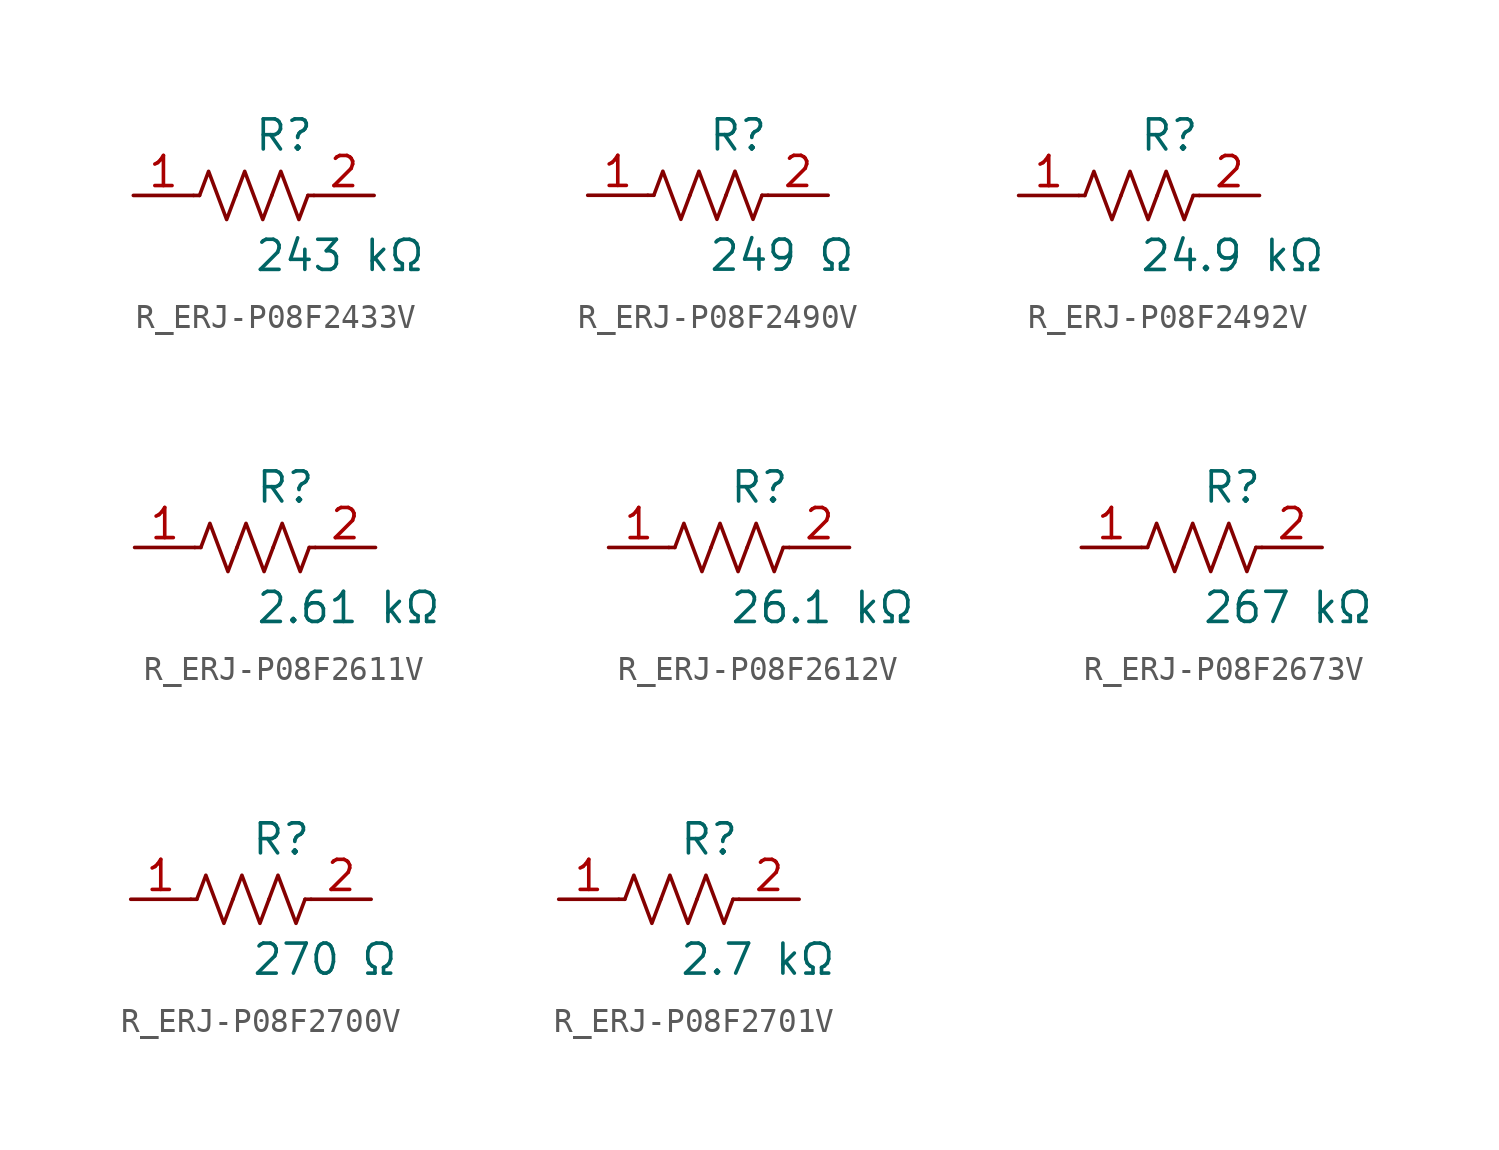
<source format=kicad_sym>
(kicad_symbol_lib
  (version 20231120)
  (generator kicad_symbol_editor)
  (generator_version 8.0)
  (symbol "R_ERJ-P08F2433V"
    (pin_names
      (offset 0.254))
    (property "Reference" "R"
      (at 0.0 2.54 0)
      (effects (font (size 1.27 1.27)) (justify left)))
    (property "Value" "243 kΩ"
      (at 0.0 -2.54 0)
      (effects (font (size 1.27 1.27)) (justify left)))
    (symbol "R_ERJ-P08F2433V_0_1"
      (polyline (pts (xy 2.286 0) (xy 2.54 0)) (stroke (width 0) (type default)) (fill (type none)))
      (polyline (pts (xy -2.286 0) (xy -2.54 0)) (stroke (width 0) (type default)) (fill (type none)))
      (polyline (pts (xy 0.762 0) (xy 1.143 1.016) (xy 1.524 0) (xy 1.905 -1.016) (xy 2.286 0)) (stroke (width 0) (type default)) (fill (type none)))
      (polyline (pts (xy -0.762 0) (xy -0.381 1.016) (xy 0 0) (xy 0.381 -1.016) (xy 0.762 0)) (stroke (width 0) (type default)) (fill (type none)))
      (polyline (pts (xy -2.286 0) (xy -1.905 1.016) (xy -1.524 0) (xy -1.143 -1.016) (xy -0.762 0)) (stroke (width 0) (type default)) (fill (type none))))
    (pin unspecified line
      (at -5.08 0 0)
      (length 2.54)
      (name "" (effects (font (size 1.27 1.27))))
      (number "1" (effects (font (size 1.27 1.27)))))
    (pin unspecified line
      (at 5.08 0 180)
      (length 2.54)
      (name "" (effects (font (size 1.27 1.27))))
      (number "2" (effects (font (size 1.27 1.27))))))
  (symbol "R_ERJ-P08F2490V"
    (pin_names
      (offset 0.254))
    (property "Reference" "R"
      (at 0.0 2.54 0)
      (effects (font (size 1.27 1.27)) (justify left)))
    (property "Value" "249 Ω"
      (at 0.0 -2.54 0)
      (effects (font (size 1.27 1.27)) (justify left)))
    (symbol "R_ERJ-P08F2490V_0_1"
      (polyline (pts (xy 2.286 0) (xy 2.54 0)) (stroke (width 0) (type default)) (fill (type none)))
      (polyline (pts (xy -2.286 0) (xy -2.54 0)) (stroke (width 0) (type default)) (fill (type none)))
      (polyline (pts (xy 0.762 0) (xy 1.143 1.016) (xy 1.524 0) (xy 1.905 -1.016) (xy 2.286 0)) (stroke (width 0) (type default)) (fill (type none)))
      (polyline (pts (xy -0.762 0) (xy -0.381 1.016) (xy 0 0) (xy 0.381 -1.016) (xy 0.762 0)) (stroke (width 0) (type default)) (fill (type none)))
      (polyline (pts (xy -2.286 0) (xy -1.905 1.016) (xy -1.524 0) (xy -1.143 -1.016) (xy -0.762 0)) (stroke (width 0) (type default)) (fill (type none))))
    (pin unspecified line
      (at -5.08 0 0)
      (length 2.54)
      (name "" (effects (font (size 1.27 1.27))))
      (number "1" (effects (font (size 1.27 1.27)))))
    (pin unspecified line
      (at 5.08 0 180)
      (length 2.54)
      (name "" (effects (font (size 1.27 1.27))))
      (number "2" (effects (font (size 1.27 1.27))))))
  (symbol "R_ERJ-P08F2492V"
    (pin_names
      (offset 0.254))
    (property "Reference" "R"
      (at 0.0 2.54 0)
      (effects (font (size 1.27 1.27)) (justify left)))
    (property "Value" "24.9 kΩ"
      (at 0.0 -2.54 0)
      (effects (font (size 1.27 1.27)) (justify left)))
    (symbol "R_ERJ-P08F2492V_0_1"
      (polyline (pts (xy 2.286 0) (xy 2.54 0)) (stroke (width 0) (type default)) (fill (type none)))
      (polyline (pts (xy -2.286 0) (xy -2.54 0)) (stroke (width 0) (type default)) (fill (type none)))
      (polyline (pts (xy 0.762 0) (xy 1.143 1.016) (xy 1.524 0) (xy 1.905 -1.016) (xy 2.286 0)) (stroke (width 0) (type default)) (fill (type none)))
      (polyline (pts (xy -0.762 0) (xy -0.381 1.016) (xy 0 0) (xy 0.381 -1.016) (xy 0.762 0)) (stroke (width 0) (type default)) (fill (type none)))
      (polyline (pts (xy -2.286 0) (xy -1.905 1.016) (xy -1.524 0) (xy -1.143 -1.016) (xy -0.762 0)) (stroke (width 0) (type default)) (fill (type none))))
    (pin unspecified line
      (at -5.08 0 0)
      (length 2.54)
      (name "" (effects (font (size 1.27 1.27))))
      (number "1" (effects (font (size 1.27 1.27)))))
    (pin unspecified line
      (at 5.08 0 180)
      (length 2.54)
      (name "" (effects (font (size 1.27 1.27))))
      (number "2" (effects (font (size 1.27 1.27))))))
  (symbol "R_ERJ-P08F2611V"
    (pin_names
      (offset 0.254))
    (property "Reference" "R"
      (at 0.0 2.54 0)
      (effects (font (size 1.27 1.27)) (justify left)))
    (property "Value" "2.61 kΩ"
      (at 0.0 -2.54 0)
      (effects (font (size 1.27 1.27)) (justify left)))
    (symbol "R_ERJ-P08F2611V_0_1"
      (polyline (pts (xy 2.286 0) (xy 2.54 0)) (stroke (width 0) (type default)) (fill (type none)))
      (polyline (pts (xy -2.286 0) (xy -2.54 0)) (stroke (width 0) (type default)) (fill (type none)))
      (polyline (pts (xy 0.762 0) (xy 1.143 1.016) (xy 1.524 0) (xy 1.905 -1.016) (xy 2.286 0)) (stroke (width 0) (type default)) (fill (type none)))
      (polyline (pts (xy -0.762 0) (xy -0.381 1.016) (xy 0 0) (xy 0.381 -1.016) (xy 0.762 0)) (stroke (width 0) (type default)) (fill (type none)))
      (polyline (pts (xy -2.286 0) (xy -1.905 1.016) (xy -1.524 0) (xy -1.143 -1.016) (xy -0.762 0)) (stroke (width 0) (type default)) (fill (type none))))
    (pin unspecified line
      (at -5.08 0 0)
      (length 2.54)
      (name "" (effects (font (size 1.27 1.27))))
      (number "1" (effects (font (size 1.27 1.27)))))
    (pin unspecified line
      (at 5.08 0 180)
      (length 2.54)
      (name "" (effects (font (size 1.27 1.27))))
      (number "2" (effects (font (size 1.27 1.27))))))
  (symbol "R_ERJ-P08F2612V"
    (pin_names
      (offset 0.254))
    (property "Reference" "R"
      (at 0.0 2.54 0)
      (effects (font (size 1.27 1.27)) (justify left)))
    (property "Value" "26.1 kΩ"
      (at 0.0 -2.54 0)
      (effects (font (size 1.27 1.27)) (justify left)))
    (symbol "R_ERJ-P08F2612V_0_1"
      (polyline (pts (xy 2.286 0) (xy 2.54 0)) (stroke (width 0) (type default)) (fill (type none)))
      (polyline (pts (xy -2.286 0) (xy -2.54 0)) (stroke (width 0) (type default)) (fill (type none)))
      (polyline (pts (xy 0.762 0) (xy 1.143 1.016) (xy 1.524 0) (xy 1.905 -1.016) (xy 2.286 0)) (stroke (width 0) (type default)) (fill (type none)))
      (polyline (pts (xy -0.762 0) (xy -0.381 1.016) (xy 0 0) (xy 0.381 -1.016) (xy 0.762 0)) (stroke (width 0) (type default)) (fill (type none)))
      (polyline (pts (xy -2.286 0) (xy -1.905 1.016) (xy -1.524 0) (xy -1.143 -1.016) (xy -0.762 0)) (stroke (width 0) (type default)) (fill (type none))))
    (pin unspecified line
      (at -5.08 0 0)
      (length 2.54)
      (name "" (effects (font (size 1.27 1.27))))
      (number "1" (effects (font (size 1.27 1.27)))))
    (pin unspecified line
      (at 5.08 0 180)
      (length 2.54)
      (name "" (effects (font (size 1.27 1.27))))
      (number "2" (effects (font (size 1.27 1.27))))))
  (symbol "R_ERJ-P08F2673V"
    (pin_names
      (offset 0.254))
    (property "Reference" "R"
      (at 0.0 2.54 0)
      (effects (font (size 1.27 1.27)) (justify left)))
    (property "Value" "267 kΩ"
      (at 0.0 -2.54 0)
      (effects (font (size 1.27 1.27)) (justify left)))
    (symbol "R_ERJ-P08F2673V_0_1"
      (polyline (pts (xy 2.286 0) (xy 2.54 0)) (stroke (width 0) (type default)) (fill (type none)))
      (polyline (pts (xy -2.286 0) (xy -2.54 0)) (stroke (width 0) (type default)) (fill (type none)))
      (polyline (pts (xy 0.762 0) (xy 1.143 1.016) (xy 1.524 0) (xy 1.905 -1.016) (xy 2.286 0)) (stroke (width 0) (type default)) (fill (type none)))
      (polyline (pts (xy -0.762 0) (xy -0.381 1.016) (xy 0 0) (xy 0.381 -1.016) (xy 0.762 0)) (stroke (width 0) (type default)) (fill (type none)))
      (polyline (pts (xy -2.286 0) (xy -1.905 1.016) (xy -1.524 0) (xy -1.143 -1.016) (xy -0.762 0)) (stroke (width 0) (type default)) (fill (type none))))
    (pin unspecified line
      (at -5.08 0 0)
      (length 2.54)
      (name "" (effects (font (size 1.27 1.27))))
      (number "1" (effects (font (size 1.27 1.27)))))
    (pin unspecified line
      (at 5.08 0 180)
      (length 2.54)
      (name "" (effects (font (size 1.27 1.27))))
      (number "2" (effects (font (size 1.27 1.27))))))
  (symbol "R_ERJ-P08F2700V"
    (pin_names
      (offset 0.254))
    (property "Reference" "R"
      (at 0.0 2.54 0)
      (effects (font (size 1.27 1.27)) (justify left)))
    (property "Value" "270 Ω"
      (at 0.0 -2.54 0)
      (effects (font (size 1.27 1.27)) (justify left)))
    (symbol "R_ERJ-P08F2700V_0_1"
      (polyline (pts (xy 2.286 0) (xy 2.54 0)) (stroke (width 0) (type default)) (fill (type none)))
      (polyline (pts (xy -2.286 0) (xy -2.54 0)) (stroke (width 0) (type default)) (fill (type none)))
      (polyline (pts (xy 0.762 0) (xy 1.143 1.016) (xy 1.524 0) (xy 1.905 -1.016) (xy 2.286 0)) (stroke (width 0) (type default)) (fill (type none)))
      (polyline (pts (xy -0.762 0) (xy -0.381 1.016) (xy 0 0) (xy 0.381 -1.016) (xy 0.762 0)) (stroke (width 0) (type default)) (fill (type none)))
      (polyline (pts (xy -2.286 0) (xy -1.905 1.016) (xy -1.524 0) (xy -1.143 -1.016) (xy -0.762 0)) (stroke (width 0) (type default)) (fill (type none))))
    (pin unspecified line
      (at -5.08 0 0)
      (length 2.54)
      (name "" (effects (font (size 1.27 1.27))))
      (number "1" (effects (font (size 1.27 1.27)))))
    (pin unspecified line
      (at 5.08 0 180)
      (length 2.54)
      (name "" (effects (font (size 1.27 1.27))))
      (number "2" (effects (font (size 1.27 1.27))))))
  (symbol "R_ERJ-P08F2701V"
    (pin_names
      (offset 0.254))
    (property "Reference" "R"
      (at 0.0 2.54 0)
      (effects (font (size 1.27 1.27)) (justify left)))
    (property "Value" "2.7 kΩ"
      (at 0.0 -2.54 0)
      (effects (font (size 1.27 1.27)) (justify left)))
    (symbol "R_ERJ-P08F2701V_0_1"
      (polyline (pts (xy 2.286 0) (xy 2.54 0)) (stroke (width 0) (type default)) (fill (type none)))
      (polyline (pts (xy -2.286 0) (xy -2.54 0)) (stroke (width 0) (type default)) (fill (type none)))
      (polyline (pts (xy 0.762 0) (xy 1.143 1.016) (xy 1.524 0) (xy 1.905 -1.016) (xy 2.286 0)) (stroke (width 0) (type default)) (fill (type none)))
      (polyline (pts (xy -0.762 0) (xy -0.381 1.016) (xy 0 0) (xy 0.381 -1.016) (xy 0.762 0)) (stroke (width 0) (type default)) (fill (type none)))
      (polyline (pts (xy -2.286 0) (xy -1.905 1.016) (xy -1.524 0) (xy -1.143 -1.016) (xy -0.762 0)) (stroke (width 0) (type default)) (fill (type none))))
    (pin unspecified line
      (at -5.08 0 0)
      (length 2.54)
      (name "" (effects (font (size 1.27 1.27))))
      (number "1" (effects (font (size 1.27 1.27)))))
    (pin unspecified line
      (at 5.08 0 180)
      (length 2.54)
      (name "" (effects (font (size 1.27 1.27))))
      (number "2" (effects (font (size 1.27 1.27)))))))
</source>
